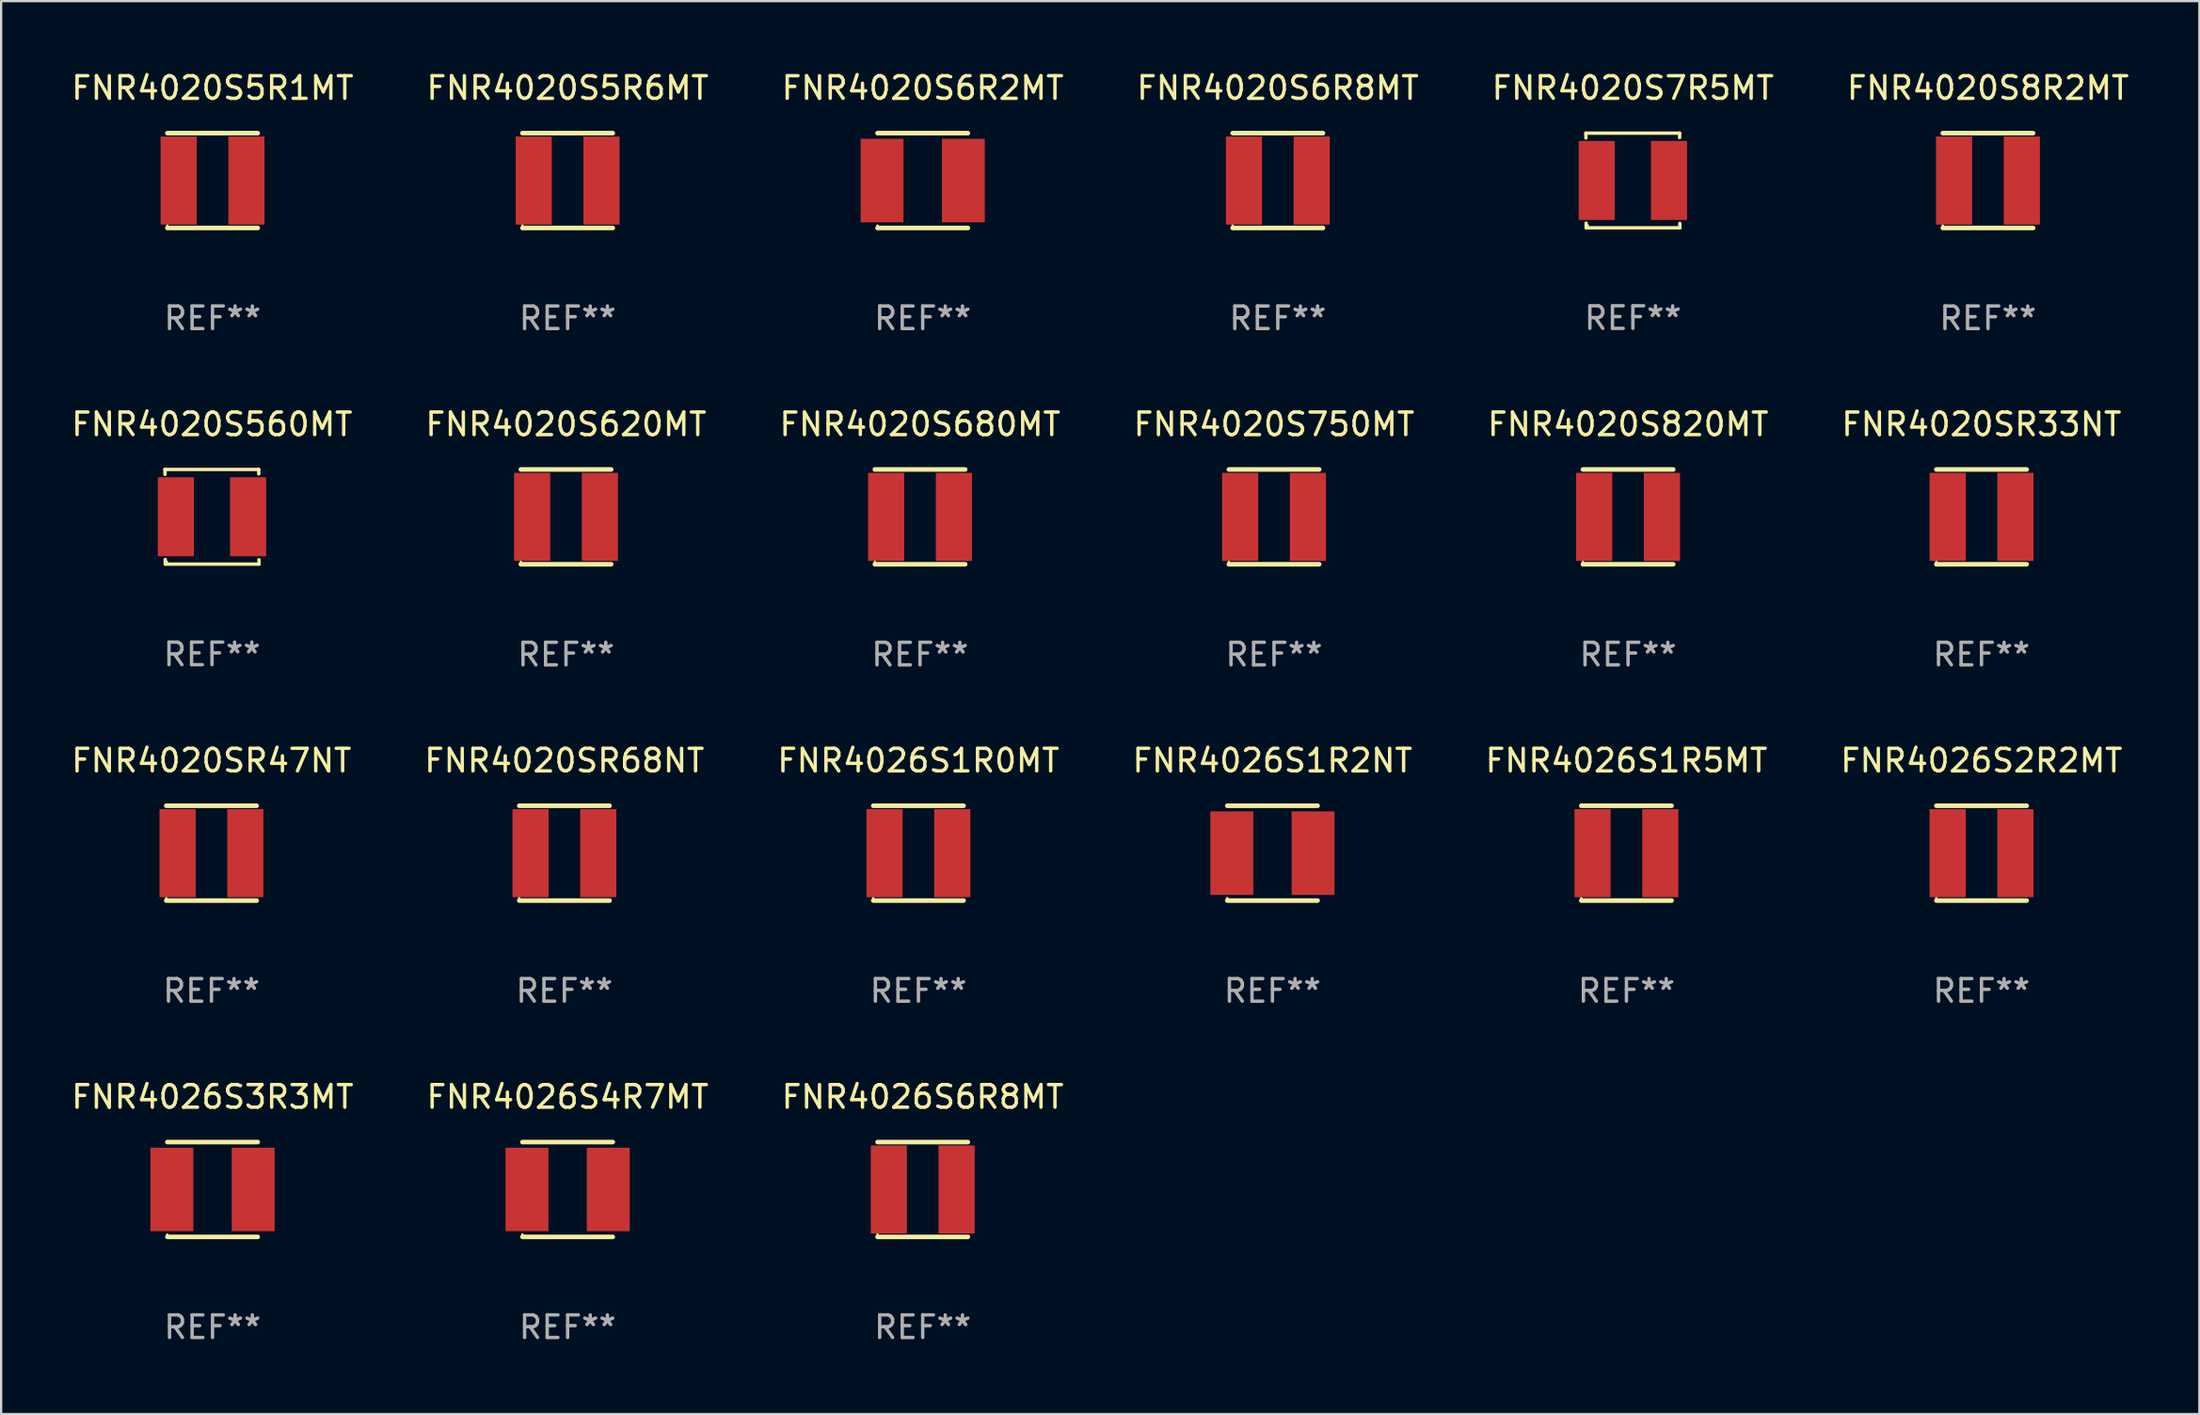
<source format=kicad_pcb>
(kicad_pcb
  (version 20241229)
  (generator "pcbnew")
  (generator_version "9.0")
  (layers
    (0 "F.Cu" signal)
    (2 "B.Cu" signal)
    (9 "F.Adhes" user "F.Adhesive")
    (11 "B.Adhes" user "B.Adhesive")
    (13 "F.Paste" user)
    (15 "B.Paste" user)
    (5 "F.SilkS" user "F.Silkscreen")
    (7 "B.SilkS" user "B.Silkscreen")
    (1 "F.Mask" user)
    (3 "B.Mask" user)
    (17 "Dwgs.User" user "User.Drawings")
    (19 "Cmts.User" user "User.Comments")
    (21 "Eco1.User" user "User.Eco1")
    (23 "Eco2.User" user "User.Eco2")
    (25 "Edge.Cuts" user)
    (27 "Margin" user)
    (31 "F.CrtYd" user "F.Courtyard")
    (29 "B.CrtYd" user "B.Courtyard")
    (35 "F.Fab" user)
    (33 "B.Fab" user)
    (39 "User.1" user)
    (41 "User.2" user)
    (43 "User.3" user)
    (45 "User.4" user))
  (footprint "FNR4020SR68NT"
    (layer "F.Cu")
    (at 21.946 34.741)
    (property "Reference" "FNR4020SR68NT" (at 0 -4.1 0) (layer "F.SilkS") (effects (font (size 1 1) (thickness 0.15))))
    (attr through_hole)
    (fp_line (start -2 -2.1) (end 2 -2.1) (stroke (width 0.203) (type solid)) (layer "F.SilkS"))
    (fp_line (start -2 2.1) (end 2 2.1) (stroke (width 0.203) (type solid)) (layer "F.SilkS"))
    (fp_circle (center -2 2.003) (end -1.97 2.003) (stroke (width 0.06) (type solid)) (fill no) (layer "F.SilkS"))
    (fp_text user "REF**" (at 0 6.1 0) (layer "F.Fab") (effects (font (size 1 1) (thickness 0.15))))
    (pad "1" smd rect (at -1.5 0) (size 1.6 3.9) (layers "F.Cu" "F.Mask" "F.Paste"))
    (pad "2" smd rect (at 1.5 0) (size 1.6 3.9) (layers "F.Cu" "F.Mask" "F.Paste")))
  (footprint "FNR4020S5R1MT"
    (layer "F.Cu")
    (at 6.363 4.948)
    (property "Reference" "FNR4020S5R1MT" (at 0 -4.1 0) (layer "F.SilkS") (effects (font (size 1 1) (thickness 0.15))))
    (attr through_hole)
    (fp_line (start -2 -2.1) (end 2 -2.1) (stroke (width 0.203) (type solid)) (layer "F.SilkS"))
    (fp_line (start -2 2.1) (end 2 2.1) (stroke (width 0.203) (type solid)) (layer "F.SilkS"))
    (fp_circle (center -2 2.003) (end -1.97 2.003) (stroke (width 0.06) (type solid)) (fill no) (layer "F.SilkS"))
    (fp_text user "REF**" (at 0 6.1 0) (layer "F.Fab") (effects (font (size 1 1) (thickness 0.15))))
    (pad "1" smd rect (at -1.5 0) (size 1.6 3.9) (layers "F.Cu" "F.Mask" "F.Paste"))
    (pad "2" smd rect (at 1.5 0) (size 1.6 3.9) (layers "F.Cu" "F.Mask" "F.Paste")))
  (footprint "FNR4020S8R2MT"
    (layer "F.Cu")
    (at 84.994 4.948)
    (property "Reference" "FNR4020S8R2MT" (at 0 -4.1 0) (layer "F.SilkS") (effects (font (size 1 1) (thickness 0.15))))
    (attr through_hole)
    (fp_line (start -2 -2.1) (end 2 -2.1) (stroke (width 0.203) (type solid)) (layer "F.SilkS"))
    (fp_line (start -2 2.1) (end 2 2.1) (stroke (width 0.203) (type solid)) (layer "F.SilkS"))
    (fp_circle (center -2 2.003) (end -1.97 2.003) (stroke (width 0.06) (type solid)) (fill no) (layer "F.SilkS"))
    (fp_text user "REF**" (at 0 6.1 0) (layer "F.Fab") (effects (font (size 1 1) (thickness 0.15))))
    (pad "1" smd rect (at -1.5 0) (size 1.6 3.9) (layers "F.Cu" "F.Mask" "F.Paste"))
    (pad "2" smd rect (at 1.5 0) (size 1.6 3.9) (layers "F.Cu" "F.Mask" "F.Paste")))
  (footprint "FNR4020S7R5MT"
    (layer "F.Cu")
    (at 69.268 4.944)
    (property "Reference" "FNR4020S7R5MT" (at 0 -4.096 0) (layer "F.SilkS") (effects (font (size 1 1) (thickness 0.15))))
    (attr through_hole)
    (fp_line (start -2.083 -2.096) (end -2.08 -1.88) (stroke (width 0.15) (type solid)) (layer "F.SilkS"))
    (fp_line (start -2.07 1.89) (end -2.07 2.096) (stroke (width 0.15) (type solid)) (layer "F.SilkS"))
    (fp_line (start -2.07 2.096) (end 2.083 2.096) (stroke (width 0.15) (type solid)) (layer "F.SilkS"))
    (fp_line (start 2.07 -1.9) (end 2.07 -2.096) (stroke (width 0.15) (type solid)) (layer "F.SilkS"))
    (fp_line (start 2.07 -2.096) (end -2.083 -2.096) (stroke (width 0.15) (type solid)) (layer "F.SilkS"))
    (fp_line (start 2.083 2.096) (end 2.08 1.9) (stroke (width 0.15) (type solid)) (layer "F.SilkS"))
    (fp_circle (center -2 2) (end -1.97 2) (stroke (width 0.06) (type solid)) (fill no) (layer "F.SilkS"))
    (fp_text user "REF**" (at 0 6.096 0) (layer "F.Fab") (effects (font (size 1 1) (thickness 0.15))))
    (pad "1" smd rect (at -1.6 -0.000343) (size 1.6 3.5) (layers "F.Cu" "F.Mask" "F.Paste"))
    (pad "2" smd rect (at 1.6 -0.000343) (size 1.6 3.5) (layers "F.Cu" "F.Mask" "F.Paste")))
  (footprint "FNR4020S560MT"
    (layer "F.Cu")
    (at 6.339 19.841)
    (property "Reference" "FNR4020S560MT" (at 0 -4.096 0) (layer "F.SilkS") (effects (font (size 1 1) (thickness 0.15))))
    (attr through_hole)
    (fp_line (start -2.083 -2.096) (end -2.08 -1.88) (stroke (width 0.15) (type solid)) (layer "F.SilkS"))
    (fp_line (start -2.07 1.89) (end -2.07 2.096) (stroke (width 0.15) (type solid)) (layer "F.SilkS"))
    (fp_line (start -2.07 2.096) (end 2.083 2.096) (stroke (width 0.15) (type solid)) (layer "F.SilkS"))
    (fp_line (start 2.07 -1.9) (end 2.07 -2.096) (stroke (width 0.15) (type solid)) (layer "F.SilkS"))
    (fp_line (start 2.07 -2.096) (end -2.083 -2.096) (stroke (width 0.15) (type solid)) (layer "F.SilkS"))
    (fp_line (start 2.083 2.096) (end 2.08 1.9) (stroke (width 0.15) (type solid)) (layer "F.SilkS"))
    (fp_circle (center -2 2) (end -1.97 2) (stroke (width 0.06) (type solid)) (fill no) (layer "F.SilkS"))
    (fp_text user "REF**" (at 0 6.096 0) (layer "F.Fab") (effects (font (size 1 1) (thickness 0.15))))
    (pad "1" smd rect (at -1.6 -0.000343) (size 1.6 3.5) (layers "F.Cu" "F.Mask" "F.Paste"))
    (pad "2" smd rect (at 1.6 -0.000343) (size 1.6 3.5) (layers "F.Cu" "F.Mask" "F.Paste")))
  (footprint "FNR4020S750MT"
    (layer "F.Cu")
    (at 53.375 19.845)
    (property "Reference" "FNR4020S750MT" (at 0 -4.1 0) (layer "F.SilkS") (effects (font (size 1 1) (thickness 0.15))))
    (attr through_hole)
    (fp_line (start -2 -2.1) (end 2 -2.1) (stroke (width 0.203) (type solid)) (layer "F.SilkS"))
    (fp_line (start -2 2.1) (end 2 2.1) (stroke (width 0.203) (type solid)) (layer "F.SilkS"))
    (fp_circle (center -2 2.003) (end -1.97 2.003) (stroke (width 0.06) (type solid)) (fill no) (layer "F.SilkS"))
    (fp_text user "REF**" (at 0 6.1 0) (layer "F.Fab") (effects (font (size 1 1) (thickness 0.15))))
    (pad "1" smd rect (at -1.5 0) (size 1.6 3.9) (layers "F.Cu" "F.Mask" "F.Paste"))
    (pad "2" smd rect (at 1.5 0) (size 1.6 3.9) (layers "F.Cu" "F.Mask" "F.Paste")))
  (footprint "FNR4020S680MT"
    (layer "F.Cu")
    (at 37.696 19.845)
    (property "Reference" "FNR4020S680MT" (at 0 -4.1 0) (layer "F.SilkS") (effects (font (size 1 1) (thickness 0.15))))
    (attr through_hole)
    (fp_line (start -2 -2.1) (end 2 -2.1) (stroke (width 0.203) (type solid)) (layer "F.SilkS"))
    (fp_line (start -2 2.1) (end 2 2.1) (stroke (width 0.203) (type solid)) (layer "F.SilkS"))
    (fp_circle (center -2 2.003) (end -1.97 2.003) (stroke (width 0.06) (type solid)) (fill no) (layer "F.SilkS"))
    (fp_text user "REF**" (at 0 6.1 0) (layer "F.Fab") (effects (font (size 1 1) (thickness 0.15))))
    (pad "1" smd rect (at -1.5 0) (size 1.6 3.9) (layers "F.Cu" "F.Mask" "F.Paste"))
    (pad "2" smd rect (at 1.5 0) (size 1.6 3.9) (layers "F.Cu" "F.Mask" "F.Paste")))
  (footprint "FNR4020S820MT"
    (layer "F.Cu")
    (at 69.054 19.845)
    (property "Reference" "FNR4020S820MT" (at 0 -4.1 0) (layer "F.SilkS") (effects (font (size 1 1) (thickness 0.15))))
    (attr through_hole)
    (fp_line (start -2 -2.1) (end 2 -2.1) (stroke (width 0.203) (type solid)) (layer "F.SilkS"))
    (fp_line (start -2 2.1) (end 2 2.1) (stroke (width 0.203) (type solid)) (layer "F.SilkS"))
    (fp_circle (center -2 2.003) (end -1.97 2.003) (stroke (width 0.06) (type solid)) (fill no) (layer "F.SilkS"))
    (fp_text user "REF**" (at 0 6.1 0) (layer "F.Fab") (effects (font (size 1 1) (thickness 0.15))))
    (pad "1" smd rect (at -1.5 0) (size 1.6 3.9) (layers "F.Cu" "F.Mask" "F.Paste"))
    (pad "2" smd rect (at 1.5 0) (size 1.6 3.9) (layers "F.Cu" "F.Mask" "F.Paste")))
  (footprint "FNR4026S4R7MT"
    (layer "F.Cu")
    (at 22.089 49.638)
    (property "Reference" "FNR4026S4R7MT" (at 0 -4.1 0) (layer "F.SilkS") (effects (font (size 1 1) (thickness 0.15))))
    (attr through_hole)
    (fp_line (start -2 -2.1) (end 2 -2.1) (stroke (width 0.203) (type solid)) (layer "F.SilkS"))
    (fp_line (start -2 2.1) (end 2 2.1) (stroke (width 0.203) (type solid)) (layer "F.SilkS"))
    (fp_circle (center -2.002 2) (end -1.972 2) (stroke (width 0.06) (type solid)) (fill no) (layer "F.SilkS"))
    (fp_text user "REF**" (at 0 6.1 0) (layer "F.Fab") (effects (font (size 1 1) (thickness 0.15))))
    (pad "1" smd rect (at -1.8 0) (size 1.9 3.7) (layers "F.Cu" "F.Mask" "F.Paste"))
    (pad "2" smd rect (at 1.8 0) (size 1.9 3.7) (layers "F.Cu" "F.Mask" "F.Paste")))
  (footprint "FNR4020S620MT"
    (layer "F.Cu")
    (at 22.018 19.845)
    (property "Reference" "FNR4020S620MT" (at 0 -4.1 0) (layer "F.SilkS") (effects (font (size 1 1) (thickness 0.15))))
    (attr through_hole)
    (fp_line (start -2 -2.1) (end 2 -2.1) (stroke (width 0.203) (type solid)) (layer "F.SilkS"))
    (fp_line (start -2 2.1) (end 2 2.1) (stroke (width 0.203) (type solid)) (layer "F.SilkS"))
    (fp_circle (center -2 2.003) (end -1.97 2.003) (stroke (width 0.06) (type solid)) (fill no) (layer "F.SilkS"))
    (fp_text user "REF**" (at 0 6.1 0) (layer "F.Fab") (effects (font (size 1 1) (thickness 0.15))))
    (pad "1" smd rect (at -1.5 0) (size 1.6 3.9) (layers "F.Cu" "F.Mask" "F.Paste"))
    (pad "2" smd rect (at 1.5 0) (size 1.6 3.9) (layers "F.Cu" "F.Mask" "F.Paste")))
  (footprint "FNR4020SR47NT"
    (layer "F.Cu")
    (at 6.315 34.741)
    (property "Reference" "FNR4020SR47NT" (at 0 -4.1 0) (layer "F.SilkS") (effects (font (size 1 1) (thickness 0.15))))
    (attr through_hole)
    (fp_line (start -2 -2.1) (end 2 -2.1) (stroke (width 0.203) (type solid)) (layer "F.SilkS"))
    (fp_line (start -2 2.1) (end 2 2.1) (stroke (width 0.203) (type solid)) (layer "F.SilkS"))
    (fp_circle (center -2 2.003) (end -1.97 2.003) (stroke (width 0.06) (type solid)) (fill no) (layer "F.SilkS"))
    (fp_text user "REF**" (at 0 6.1 0) (layer "F.Fab") (effects (font (size 1 1) (thickness 0.15))))
    (pad "1" smd rect (at -1.5 0) (size 1.6 3.9) (layers "F.Cu" "F.Mask" "F.Paste"))
    (pad "2" smd rect (at 1.5 0) (size 1.6 3.9) (layers "F.Cu" "F.Mask" "F.Paste")))
  (footprint "FNR4026S3R3MT"
    (layer "F.Cu")
    (at 6.363 49.638)
    (property "Reference" "FNR4026S3R3MT" (at 0 -4.1 0) (layer "F.SilkS") (effects (font (size 1 1) (thickness 0.15))))
    (attr through_hole)
    (fp_line (start -2 -2.1) (end 2 -2.1) (stroke (width 0.203) (type solid)) (layer "F.SilkS"))
    (fp_line (start -2 2.1) (end 2 2.1) (stroke (width 0.203) (type solid)) (layer "F.SilkS"))
    (fp_circle (center -2.002 2) (end -1.972 2) (stroke (width 0.06) (type solid)) (fill no) (layer "F.SilkS"))
    (fp_text user "REF**" (at 0 6.1 0) (layer "F.Fab") (effects (font (size 1 1) (thickness 0.15))))
    (pad "1" smd rect (at -1.8 0) (size 1.9 3.7) (layers "F.Cu" "F.Mask" "F.Paste"))
    (pad "2" smd rect (at 1.8 0) (size 1.9 3.7) (layers "F.Cu" "F.Mask" "F.Paste")))
  (footprint "FNR4020S5R6MT"
    (layer "F.Cu")
    (at 22.089 4.948)
    (property "Reference" "FNR4020S5R6MT" (at 0 -4.1 0) (layer "F.SilkS") (effects (font (size 1 1) (thickness 0.15))))
    (attr through_hole)
    (fp_line (start -2 -2.1) (end 2 -2.1) (stroke (width 0.203) (type solid)) (layer "F.SilkS"))
    (fp_line (start -2 2.1) (end 2 2.1) (stroke (width 0.203) (type solid)) (layer "F.SilkS"))
    (fp_circle (center -2 2.003) (end -1.97 2.003) (stroke (width 0.06) (type solid)) (fill no) (layer "F.SilkS"))
    (fp_text user "REF**" (at 0 6.1 0) (layer "F.Fab") (effects (font (size 1 1) (thickness 0.15))))
    (pad "1" smd rect (at -1.5 0) (size 1.6 3.9) (layers "F.Cu" "F.Mask" "F.Paste"))
    (pad "2" smd rect (at 1.5 0) (size 1.6 3.9) (layers "F.Cu" "F.Mask" "F.Paste")))
  (footprint "FNR4020S6R8MT"
    (layer "F.Cu")
    (at 53.542 4.948)
    (property "Reference" "FNR4020S6R8MT" (at 0 -4.1 0) (layer "F.SilkS") (effects (font (size 1 1) (thickness 0.15))))
    (attr through_hole)
    (fp_line (start -2 -2.1) (end 2 -2.1) (stroke (width 0.203) (type solid)) (layer "F.SilkS"))
    (fp_line (start -2 2.1) (end 2 2.1) (stroke (width 0.203) (type solid)) (layer "F.SilkS"))
    (fp_circle (center -2 2.003) (end -1.97 2.003) (stroke (width 0.06) (type solid)) (fill no) (layer "F.SilkS"))
    (fp_text user "REF**" (at 0 6.1 0) (layer "F.Fab") (effects (font (size 1 1) (thickness 0.15))))
    (pad "1" smd rect (at -1.5 0) (size 1.6 3.9) (layers "F.Cu" "F.Mask" "F.Paste"))
    (pad "2" smd rect (at 1.5 0) (size 1.6 3.9) (layers "F.Cu" "F.Mask" "F.Paste")))
  (footprint "FNR4020S6R2MT"
    (layer "F.Cu")
    (at 37.815 4.948)
    (property "Reference" "FNR4020S6R2MT" (at 0 -4.1 0) (layer "F.SilkS") (effects (font (size 1 1) (thickness 0.15))))
    (attr through_hole)
    (fp_line (start -2 -2.1) (end 2 -2.1) (stroke (width 0.203) (type solid)) (layer "F.SilkS"))
    (fp_line (start -2 2.1) (end 2 2.1) (stroke (width 0.203) (type solid)) (layer "F.SilkS"))
    (fp_circle (center -2.002 2) (end -1.972 2) (stroke (width 0.06) (type solid)) (fill no) (layer "F.SilkS"))
    (fp_text user "REF**" (at 0 6.1 0) (layer "F.Fab") (effects (font (size 1 1) (thickness 0.15))))
    (pad "1" smd rect (at -1.8 0) (size 1.9 3.7) (layers "F.Cu" "F.Mask" "F.Paste"))
    (pad "2" smd rect (at 1.8 0) (size 1.9 3.7) (layers "F.Cu" "F.Mask" "F.Paste")))
  (footprint "FNR4026S2R2MT"
    (layer "F.Cu")
    (at 84.708 34.741)
    (property "Reference" "FNR4026S2R2MT" (at 0 -4.1 0) (layer "F.SilkS") (effects (font (size 1 1) (thickness 0.15))))
    (attr through_hole)
    (fp_line (start -2 -2.1) (end 2 -2.1) (stroke (width 0.203) (type solid)) (layer "F.SilkS"))
    (fp_line (start -2 2.1) (end 2 2.1) (stroke (width 0.203) (type solid)) (layer "F.SilkS"))
    (fp_circle (center -2 2.003) (end -1.97 2.003) (stroke (width 0.06) (type solid)) (fill no) (layer "F.SilkS"))
    (fp_text user "REF**" (at 0 6.1 0) (layer "F.Fab") (effects (font (size 1 1) (thickness 0.15))))
    (pad "1" smd rect (at -1.5 0) (size 1.6 3.9) (layers "F.Cu" "F.Mask" "F.Paste"))
    (pad "2" smd rect (at 1.5 0) (size 1.6 3.9) (layers "F.Cu" "F.Mask" "F.Paste")))
  (footprint "FNR4026S1R0MT"
    (layer "F.Cu")
    (at 37.625 34.741)
    (property "Reference" "FNR4026S1R0MT" (at 0 -4.1 0) (layer "F.SilkS") (effects (font (size 1 1) (thickness 0.15))))
    (attr through_hole)
    (fp_line (start -2 -2.1) (end 2 -2.1) (stroke (width 0.203) (type solid)) (layer "F.SilkS"))
    (fp_line (start -2 2.1) (end 2 2.1) (stroke (width 0.203) (type solid)) (layer "F.SilkS"))
    (fp_circle (center -2 2.003) (end -1.97 2.003) (stroke (width 0.06) (type solid)) (fill no) (layer "F.SilkS"))
    (fp_text user "REF**" (at 0 6.1 0) (layer "F.Fab") (effects (font (size 1 1) (thickness 0.15))))
    (pad "1" smd rect (at -1.5 0) (size 1.6 3.9) (layers "F.Cu" "F.Mask" "F.Paste"))
    (pad "2" smd rect (at 1.5 0) (size 1.6 3.9) (layers "F.Cu" "F.Mask" "F.Paste")))
  (footprint "FNR4020SR33NT"
    (layer "F.Cu")
    (at 84.708 19.845)
    (property "Reference" "FNR4020SR33NT" (at 0 -4.1 0) (layer "F.SilkS") (effects (font (size 1 1) (thickness 0.15))))
    (attr through_hole)
    (fp_line (start -2 -2.1) (end 2 -2.1) (stroke (width 0.203) (type solid)) (layer "F.SilkS"))
    (fp_line (start -2 2.1) (end 2 2.1) (stroke (width 0.203) (type solid)) (layer "F.SilkS"))
    (fp_circle (center -2 2.003) (end -1.97 2.003) (stroke (width 0.06) (type solid)) (fill no) (layer "F.SilkS"))
    (fp_text user "REF**" (at 0 6.1 0) (layer "F.Fab") (effects (font (size 1 1) (thickness 0.15))))
    (pad "1" smd rect (at -1.5 0) (size 1.6 3.9) (layers "F.Cu" "F.Mask" "F.Paste"))
    (pad "2" smd rect (at 1.5 0) (size 1.6 3.9) (layers "F.Cu" "F.Mask" "F.Paste")))
  (footprint "FNR4026S6R8MT"
    (layer "F.Cu")
    (at 37.815 49.638)
    (property "Reference" "FNR4026S6R8MT" (at 0 -4.1 0) (layer "F.SilkS") (effects (font (size 1 1) (thickness 0.15))))
    (attr through_hole)
    (fp_line (start -2 -2.1) (end 2 -2.1) (stroke (width 0.203) (type solid)) (layer "F.SilkS"))
    (fp_line (start -2 2.1) (end 2 2.1) (stroke (width 0.203) (type solid)) (layer "F.SilkS"))
    (fp_circle (center -2 2.003) (end -1.97 2.003) (stroke (width 0.06) (type solid)) (fill no) (layer "F.SilkS"))
    (fp_text user "REF**" (at 0 6.1 0) (layer "F.Fab") (effects (font (size 1 1) (thickness 0.15))))
    (pad "1" smd rect (at -1.5 0) (size 1.6 3.9) (layers "F.Cu" "F.Mask" "F.Paste"))
    (pad "2" smd rect (at 1.5 0) (size 1.6 3.9) (layers "F.Cu" "F.Mask" "F.Paste")))
  (footprint "FNR4026S1R2NT"
    (layer "F.Cu")
    (at 53.304 34.741)
    (property "Reference" "FNR4026S1R2NT" (at 0 -4.1 0) (layer "F.SilkS") (effects (font (size 1 1) (thickness 0.15))))
    (attr through_hole)
    (fp_line (start -2 -2.1) (end 2 -2.1) (stroke (width 0.203) (type solid)) (layer "F.SilkS"))
    (fp_line (start -2 2.1) (end 2 2.1) (stroke (width 0.203) (type solid)) (layer "F.SilkS"))
    (fp_circle (center -2.002 2) (end -1.972 2) (stroke (width 0.06) (type solid)) (fill no) (layer "F.SilkS"))
    (fp_text user "REF**" (at 0 6.1 0) (layer "F.Fab") (effects (font (size 1 1) (thickness 0.15))))
    (pad "1" smd rect (at -1.8 0) (size 1.9 3.7) (layers "F.Cu" "F.Mask" "F.Paste"))
    (pad "2" smd rect (at 1.8 0) (size 1.9 3.7) (layers "F.Cu" "F.Mask" "F.Paste")))
  (footprint "FNR4026S1R5MT"
    (layer "F.Cu")
    (at 68.982 34.741)
    (property "Reference" "FNR4026S1R5MT" (at 0 -4.1 0) (layer "F.SilkS") (effects (font (size 1 1) (thickness 0.15))))
    (attr through_hole)
    (fp_line (start -2 -2.1) (end 2 -2.1) (stroke (width 0.203) (type solid)) (layer "F.SilkS"))
    (fp_line (start -2 2.1) (end 2 2.1) (stroke (width 0.203) (type solid)) (layer "F.SilkS"))
    (fp_circle (center -2 2.003) (end -1.97 2.003) (stroke (width 0.06) (type solid)) (fill no) (layer "F.SilkS"))
    (fp_text user "REF**" (at 0 6.1 0) (layer "F.Fab") (effects (font (size 1 1) (thickness 0.15))))
    (pad "1" smd rect (at -1.5 0) (size 1.6 3.9) (layers "F.Cu" "F.Mask" "F.Paste"))
    (pad "2" smd rect (at 1.5 0) (size 1.6 3.9) (layers "F.Cu" "F.Mask" "F.Paste")))
  (gr_rect
    (start -3 -3)
    (end 94.357 59.586)
    (stroke (width 0.1) (type default))
    (fill no)
    (layer "Edge.Cuts")))
</source>
